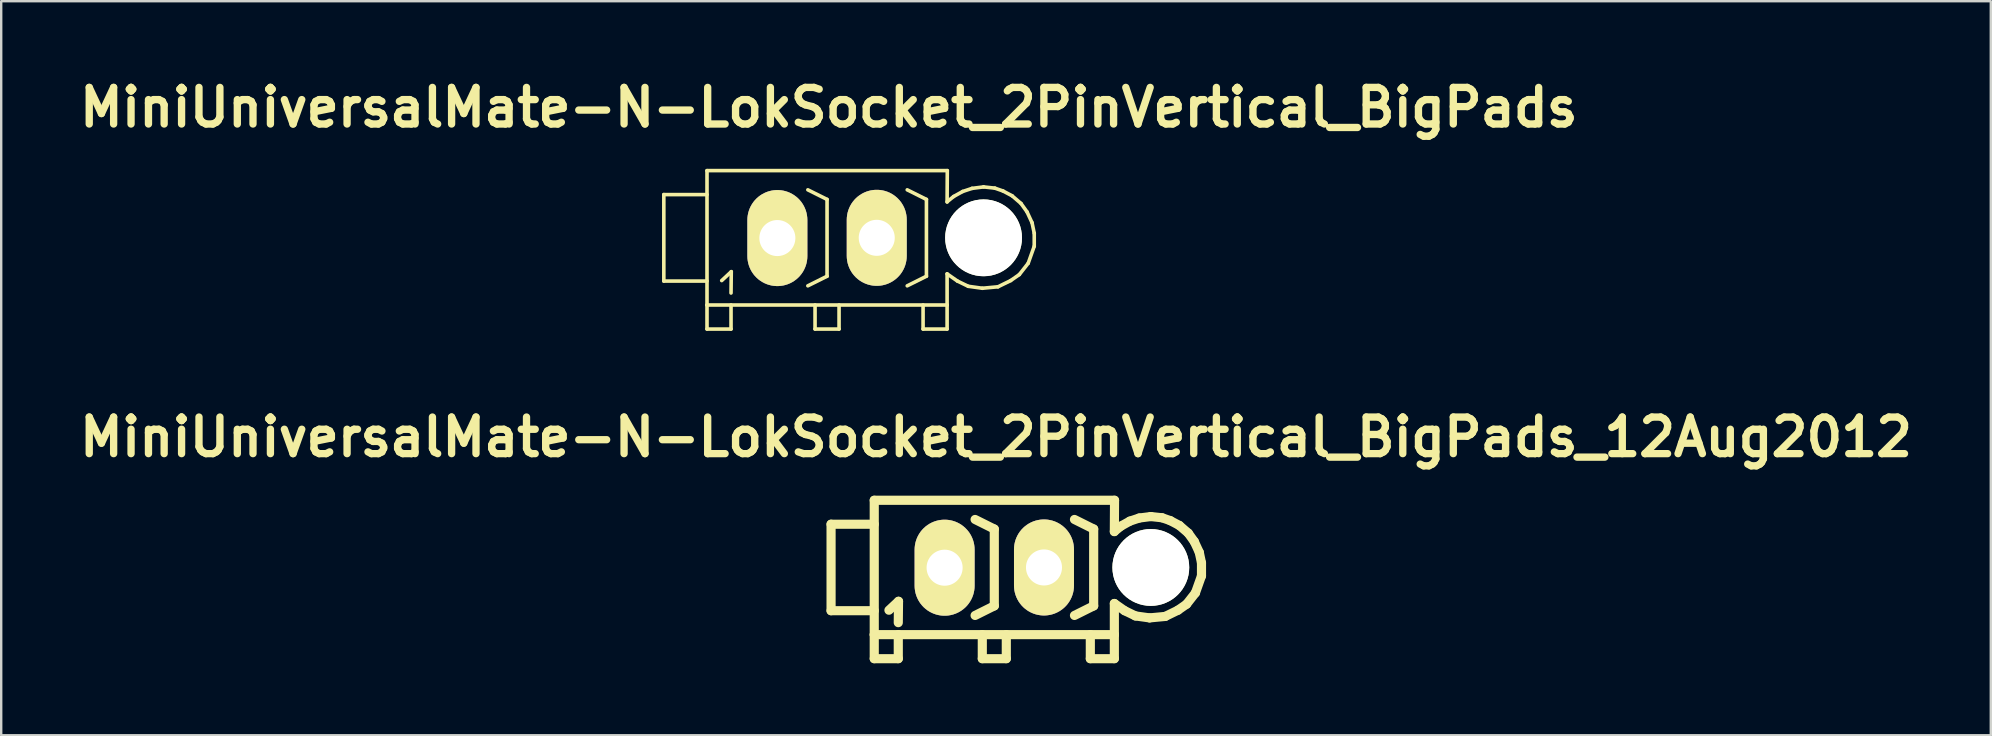
<source format=kicad_pcb>
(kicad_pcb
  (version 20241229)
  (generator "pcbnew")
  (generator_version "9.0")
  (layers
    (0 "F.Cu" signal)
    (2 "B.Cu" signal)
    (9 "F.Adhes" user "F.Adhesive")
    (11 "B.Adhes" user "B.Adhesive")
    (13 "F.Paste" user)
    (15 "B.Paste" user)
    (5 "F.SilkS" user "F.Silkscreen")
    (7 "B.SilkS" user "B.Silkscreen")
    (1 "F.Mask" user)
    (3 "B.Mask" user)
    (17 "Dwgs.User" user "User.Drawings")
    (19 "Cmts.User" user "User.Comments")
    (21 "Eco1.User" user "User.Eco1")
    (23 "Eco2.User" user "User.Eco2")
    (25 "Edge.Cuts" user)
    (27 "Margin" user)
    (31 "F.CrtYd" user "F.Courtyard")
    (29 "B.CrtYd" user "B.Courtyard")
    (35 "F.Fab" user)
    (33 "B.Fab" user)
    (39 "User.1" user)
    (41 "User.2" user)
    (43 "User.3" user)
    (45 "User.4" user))
  (footprint "MiniUniversalMate-N-LokSocket_2PinVertical_BigPads_12Aug2012"
    (layer "F.Cu")
    (at 38.37 20.589)
    (property "Reference" "MiniUniversalMate-N-LokSocket_2PinVertical_BigPads_12Aug2012" (at 0.071 -5.431 0) (layer "F.SilkS") (effects (font (size 1.524 1.524) (thickness 0.305))))
    (attr through_hole)
    (fp_line (start -6.8 -1.801) (end -6.8 1.801) (stroke (width 0.381) (type solid)) (layer "F.SilkS"))
    (fp_line (start -6.8 1.801) (end -5.001 1.801) (stroke (width 0.381) (type solid)) (layer "F.SilkS"))
    (fp_line (start -5.001 -2.799) (end -5.001 2.799) (stroke (width 0.381) (type solid)) (layer "F.SilkS"))
    (fp_line (start -5.001 -2.799) (end 5.009 -2.799) (stroke (width 0.381) (type solid)) (layer "F.SilkS"))
    (fp_line (start -5.001 -1.801) (end -6.8 -1.801) (stroke (width 0.381) (type solid)) (layer "F.SilkS"))
    (fp_line (start -5.001 2.799) (end -5.001 3.8) (stroke (width 0.381) (type solid)) (layer "F.SilkS"))
    (fp_line (start -5.001 2.799) (end 5.001 2.799) (stroke (width 0.381) (type solid)) (layer "F.SilkS"))
    (fp_line (start -5.001 3.8) (end -4 3.8) (stroke (width 0.381) (type solid)) (layer "F.SilkS"))
    (fp_line (start -4.389 1.781) (end -3.99 1.41) (stroke (width 0.381) (type solid)) (layer "F.SilkS"))
    (fp_line (start -4 3.8) (end -4 2.799) (stroke (width 0.381) (type solid)) (layer "F.SilkS"))
    (fp_line (start -3.99 1.41) (end -4 2.299) (stroke (width 0.381) (type solid)) (layer "F.SilkS"))
    (fp_line (start -0.5 3.8) (end -0.5 2.799) (stroke (width 0.381) (type solid)) (layer "F.SilkS"))
    (fp_line (start 0 -1.6) (end -0.8 -1.999) (stroke (width 0.381) (type solid)) (layer "F.SilkS"))
    (fp_line (start 0 -1.6) (end 0 1.6) (stroke (width 0.381) (type solid)) (layer "F.SilkS"))
    (fp_line (start 0 1.6) (end -0.8 1.999) (stroke (width 0.381) (type solid)) (layer "F.SilkS"))
    (fp_line (start 0.5 2.799) (end 0.5 3.8) (stroke (width 0.381) (type solid)) (layer "F.SilkS"))
    (fp_line (start 0.5 3.8) (end -0.5 3.8) (stroke (width 0.381) (type solid)) (layer "F.SilkS"))
    (fp_line (start 4 3.8) (end 4 2.799) (stroke (width 0.381) (type solid)) (layer "F.SilkS"))
    (fp_line (start 4.14 -1.6) (end 3.34 -1.999) (stroke (width 0.381) (type solid)) (layer "F.SilkS"))
    (fp_line (start 4.14 -1.6) (end 4.14 1.6) (stroke (width 0.381) (type solid)) (layer "F.SilkS"))
    (fp_line (start 4.14 1.6) (end 3.34 1.999) (stroke (width 0.381) (type solid)) (layer "F.SilkS"))
    (fp_line (start 5.001 -1.501) (end 5.271 -1.72) (stroke (width 0.381) (type solid)) (layer "F.SilkS"))
    (fp_line (start 5.001 2.799) (end 5.001 1.501) (stroke (width 0.381) (type solid)) (layer "F.SilkS"))
    (fp_line (start 5.001 2.799) (end 5.001 3.8) (stroke (width 0.381) (type solid)) (layer "F.SilkS"))
    (fp_line (start 5.001 3.8) (end 4 3.8) (stroke (width 0.381) (type solid)) (layer "F.SilkS"))
    (fp_line (start 5.009 -2.799) (end 5.001 -1.491) (stroke (width 0.381) (type solid)) (layer "F.SilkS"))
    (fp_line (start 5.271 -1.72) (end 5.649 -1.93) (stroke (width 0.381) (type solid)) (layer "F.SilkS"))
    (fp_line (start 5.431 1.801) (end 5.001 1.501) (stroke (width 0.381) (type solid)) (layer "F.SilkS"))
    (fp_line (start 5.649 -1.93) (end 6.04 -2.06) (stroke (width 0.381) (type solid)) (layer "F.SilkS"))
    (fp_line (start 5.88 2.019) (end 5.431 1.801) (stroke (width 0.381) (type solid)) (layer "F.SilkS"))
    (fp_line (start 6.04 -2.06) (end 6.52 -2.121) (stroke (width 0.381) (type solid)) (layer "F.SilkS"))
    (fp_line (start 6.469 2.101) (end 5.88 2.019) (stroke (width 0.381) (type solid)) (layer "F.SilkS"))
    (fp_line (start 6.52 -2.121) (end 6.99 -2.07) (stroke (width 0.381) (type solid)) (layer "F.SilkS"))
    (fp_line (start 6.99 -2.07) (end 7.33 -1.951) (stroke (width 0.381) (type solid)) (layer "F.SilkS"))
    (fp_line (start 7.12 2.04) (end 6.469 2.101) (stroke (width 0.381) (type solid)) (layer "F.SilkS"))
    (fp_line (start 7.33 -1.951) (end 7.709 -1.75) (stroke (width 0.381) (type solid)) (layer "F.SilkS"))
    (fp_line (start 7.65 1.781) (end 7.12 2.04) (stroke (width 0.381) (type solid)) (layer "F.SilkS"))
    (fp_line (start 7.709 -1.75) (end 8.08 -1.43) (stroke (width 0.381) (type solid)) (layer "F.SilkS"))
    (fp_line (start 8.011 1.529) (end 7.65 1.781) (stroke (width 0.381) (type solid)) (layer "F.SilkS"))
    (fp_line (start 8.08 -1.43) (end 8.331 -1.079) (stroke (width 0.381) (type solid)) (layer "F.SilkS"))
    (fp_line (start 8.331 -1.079) (end 8.539 -0.63) (stroke (width 0.381) (type solid)) (layer "F.SilkS"))
    (fp_line (start 8.379 1.059) (end 8.011 1.529) (stroke (width 0.381) (type solid)) (layer "F.SilkS"))
    (fp_line (start 8.539 -0.63) (end 8.631 -0.191) (stroke (width 0.381) (type solid)) (layer "F.SilkS"))
    (fp_line (start 8.631 -0.191) (end 8.631 0.351) (stroke (width 0.381) (type solid)) (layer "F.SilkS"))
    (fp_line (start 8.631 0.351) (end 8.379 1.059) (stroke (width 0.381) (type solid)) (layer "F.SilkS"))
    (pad "" np_thru_hole circle (at 6.52 0) (size 3.2 3.2) (drill 3.2) (layers "*.Cu" "*.Mask" "F.SilkS"))
    (pad "1" thru_hole oval (at -2.07 0.01 90) (size 4 2.499) (drill 1.501) (layers "*.Cu" "*.Mask" "F.SilkS"))
    (pad "2" thru_hole oval (at 2.07 0 90) (size 4 2.499) (drill 1.501) (layers "*.Cu" "*.Mask" "F.SilkS")))
  (footprint "MiniUniversalMate-N-LokSocket_2PinVertical_BigPads"
    (layer "F.Cu")
    (at 31.403 6.857)
    (property "Reference" "MiniUniversalMate-N-LokSocket_2PinVertical_BigPads" (at 0.071 -5.431 0) (layer "F.SilkS") (effects (font (size 1.524 1.524) (thickness 0.305))))
    (attr through_hole)
    (fp_line (start -6.8 -1.801) (end -6.8 1.801) (stroke (width 0.15) (type solid)) (layer "F.SilkS"))
    (fp_line (start -6.8 1.801) (end -5.001 1.801) (stroke (width 0.15) (type solid)) (layer "F.SilkS"))
    (fp_line (start -5.001 -2.799) (end -5.001 2.799) (stroke (width 0.15) (type solid)) (layer "F.SilkS"))
    (fp_line (start -5.001 -2.799) (end 5.009 -2.799) (stroke (width 0.15) (type solid)) (layer "F.SilkS"))
    (fp_line (start -5.001 -1.801) (end -6.8 -1.801) (stroke (width 0.15) (type solid)) (layer "F.SilkS"))
    (fp_line (start -5.001 2.799) (end -5.001 3.8) (stroke (width 0.15) (type solid)) (layer "F.SilkS"))
    (fp_line (start -5.001 2.799) (end 5.001 2.799) (stroke (width 0.15) (type solid)) (layer "F.SilkS"))
    (fp_line (start -5.001 3.8) (end -4 3.8) (stroke (width 0.15) (type solid)) (layer "F.SilkS"))
    (fp_line (start -4.389 1.781) (end -3.99 1.41) (stroke (width 0.15) (type solid)) (layer "F.SilkS"))
    (fp_line (start -4 3.8) (end -4 2.799) (stroke (width 0.15) (type solid)) (layer "F.SilkS"))
    (fp_line (start -3.99 1.41) (end -4 2.299) (stroke (width 0.15) (type solid)) (layer "F.SilkS"))
    (fp_line (start -0.5 3.8) (end -0.5 2.799) (stroke (width 0.15) (type solid)) (layer "F.SilkS"))
    (fp_line (start 0 -1.6) (end -0.8 -1.999) (stroke (width 0.15) (type solid)) (layer "F.SilkS"))
    (fp_line (start 0 -1.6) (end 0 1.6) (stroke (width 0.15) (type solid)) (layer "F.SilkS"))
    (fp_line (start 0 1.6) (end -0.8 1.999) (stroke (width 0.15) (type solid)) (layer "F.SilkS"))
    (fp_line (start 0.5 2.799) (end 0.5 3.8) (stroke (width 0.15) (type solid)) (layer "F.SilkS"))
    (fp_line (start 0.5 3.8) (end -0.5 3.8) (stroke (width 0.15) (type solid)) (layer "F.SilkS"))
    (fp_line (start 4 3.8) (end 4 2.799) (stroke (width 0.15) (type solid)) (layer "F.SilkS"))
    (fp_line (start 4.14 -1.6) (end 3.34 -1.999) (stroke (width 0.15) (type solid)) (layer "F.SilkS"))
    (fp_line (start 4.14 -1.6) (end 4.14 1.6) (stroke (width 0.15) (type solid)) (layer "F.SilkS"))
    (fp_line (start 4.14 1.6) (end 3.34 1.999) (stroke (width 0.15) (type solid)) (layer "F.SilkS"))
    (fp_line (start 5.001 -1.501) (end 5.271 -1.72) (stroke (width 0.15) (type solid)) (layer "F.SilkS"))
    (fp_line (start 5.001 2.799) (end 5.001 1.501) (stroke (width 0.15) (type solid)) (layer "F.SilkS"))
    (fp_line (start 5.001 2.799) (end 5.001 3.8) (stroke (width 0.15) (type solid)) (layer "F.SilkS"))
    (fp_line (start 5.001 3.8) (end 4 3.8) (stroke (width 0.15) (type solid)) (layer "F.SilkS"))
    (fp_line (start 5.009 -2.799) (end 5.001 -1.491) (stroke (width 0.15) (type solid)) (layer "F.SilkS"))
    (fp_line (start 5.271 -1.72) (end 5.649 -1.93) (stroke (width 0.15) (type solid)) (layer "F.SilkS"))
    (fp_line (start 5.431 1.801) (end 5.001 1.501) (stroke (width 0.15) (type solid)) (layer "F.SilkS"))
    (fp_line (start 5.649 -1.93) (end 6.04 -2.06) (stroke (width 0.15) (type solid)) (layer "F.SilkS"))
    (fp_line (start 5.88 2.019) (end 5.431 1.801) (stroke (width 0.15) (type solid)) (layer "F.SilkS"))
    (fp_line (start 6.04 -2.06) (end 6.52 -2.121) (stroke (width 0.15) (type solid)) (layer "F.SilkS"))
    (fp_line (start 6.469 2.101) (end 5.88 2.019) (stroke (width 0.15) (type solid)) (layer "F.SilkS"))
    (fp_line (start 6.52 -2.121) (end 6.99 -2.07) (stroke (width 0.15) (type solid)) (layer "F.SilkS"))
    (fp_line (start 6.99 -2.07) (end 7.33 -1.951) (stroke (width 0.15) (type solid)) (layer "F.SilkS"))
    (fp_line (start 7.12 2.04) (end 6.469 2.101) (stroke (width 0.15) (type solid)) (layer "F.SilkS"))
    (fp_line (start 7.33 -1.951) (end 7.709 -1.75) (stroke (width 0.15) (type solid)) (layer "F.SilkS"))
    (fp_line (start 7.65 1.781) (end 7.12 2.04) (stroke (width 0.15) (type solid)) (layer "F.SilkS"))
    (fp_line (start 7.709 -1.75) (end 8.08 -1.43) (stroke (width 0.15) (type solid)) (layer "F.SilkS"))
    (fp_line (start 8.011 1.529) (end 7.65 1.781) (stroke (width 0.15) (type solid)) (layer "F.SilkS"))
    (fp_line (start 8.08 -1.43) (end 8.331 -1.079) (stroke (width 0.15) (type solid)) (layer "F.SilkS"))
    (fp_line (start 8.331 -1.079) (end 8.539 -0.63) (stroke (width 0.15) (type solid)) (layer "F.SilkS"))
    (fp_line (start 8.379 1.059) (end 8.011 1.529) (stroke (width 0.15) (type solid)) (layer "F.SilkS"))
    (fp_line (start 8.539 -0.63) (end 8.631 -0.191) (stroke (width 0.15) (type solid)) (layer "F.SilkS"))
    (fp_line (start 8.631 -0.191) (end 8.631 0.351) (stroke (width 0.15) (type solid)) (layer "F.SilkS"))
    (fp_line (start 8.631 0.351) (end 8.379 1.059) (stroke (width 0.15) (type solid)) (layer "F.SilkS"))
    (pad "" np_thru_hole circle (at 6.52 0) (size 3.2 3.2) (drill 3.2) (layers "*.Cu" "*.Mask" "F.SilkS"))
    (pad "1" thru_hole oval (at -2.07 0.01 90) (size 4 2.499) (drill 1.501) (layers "*.Cu" "*.Mask" "F.SilkS"))
    (pad "2" thru_hole oval (at 2.07 0 90) (size 4 2.499) (drill 1.501) (layers "*.Cu" "*.Mask" "F.SilkS")))
  (gr_rect
    (start -3 -3)
    (end 79.882 27.579)
    (stroke (width 0.1) (type default))
    (fill no)
    (layer "Edge.Cuts")))
</source>
